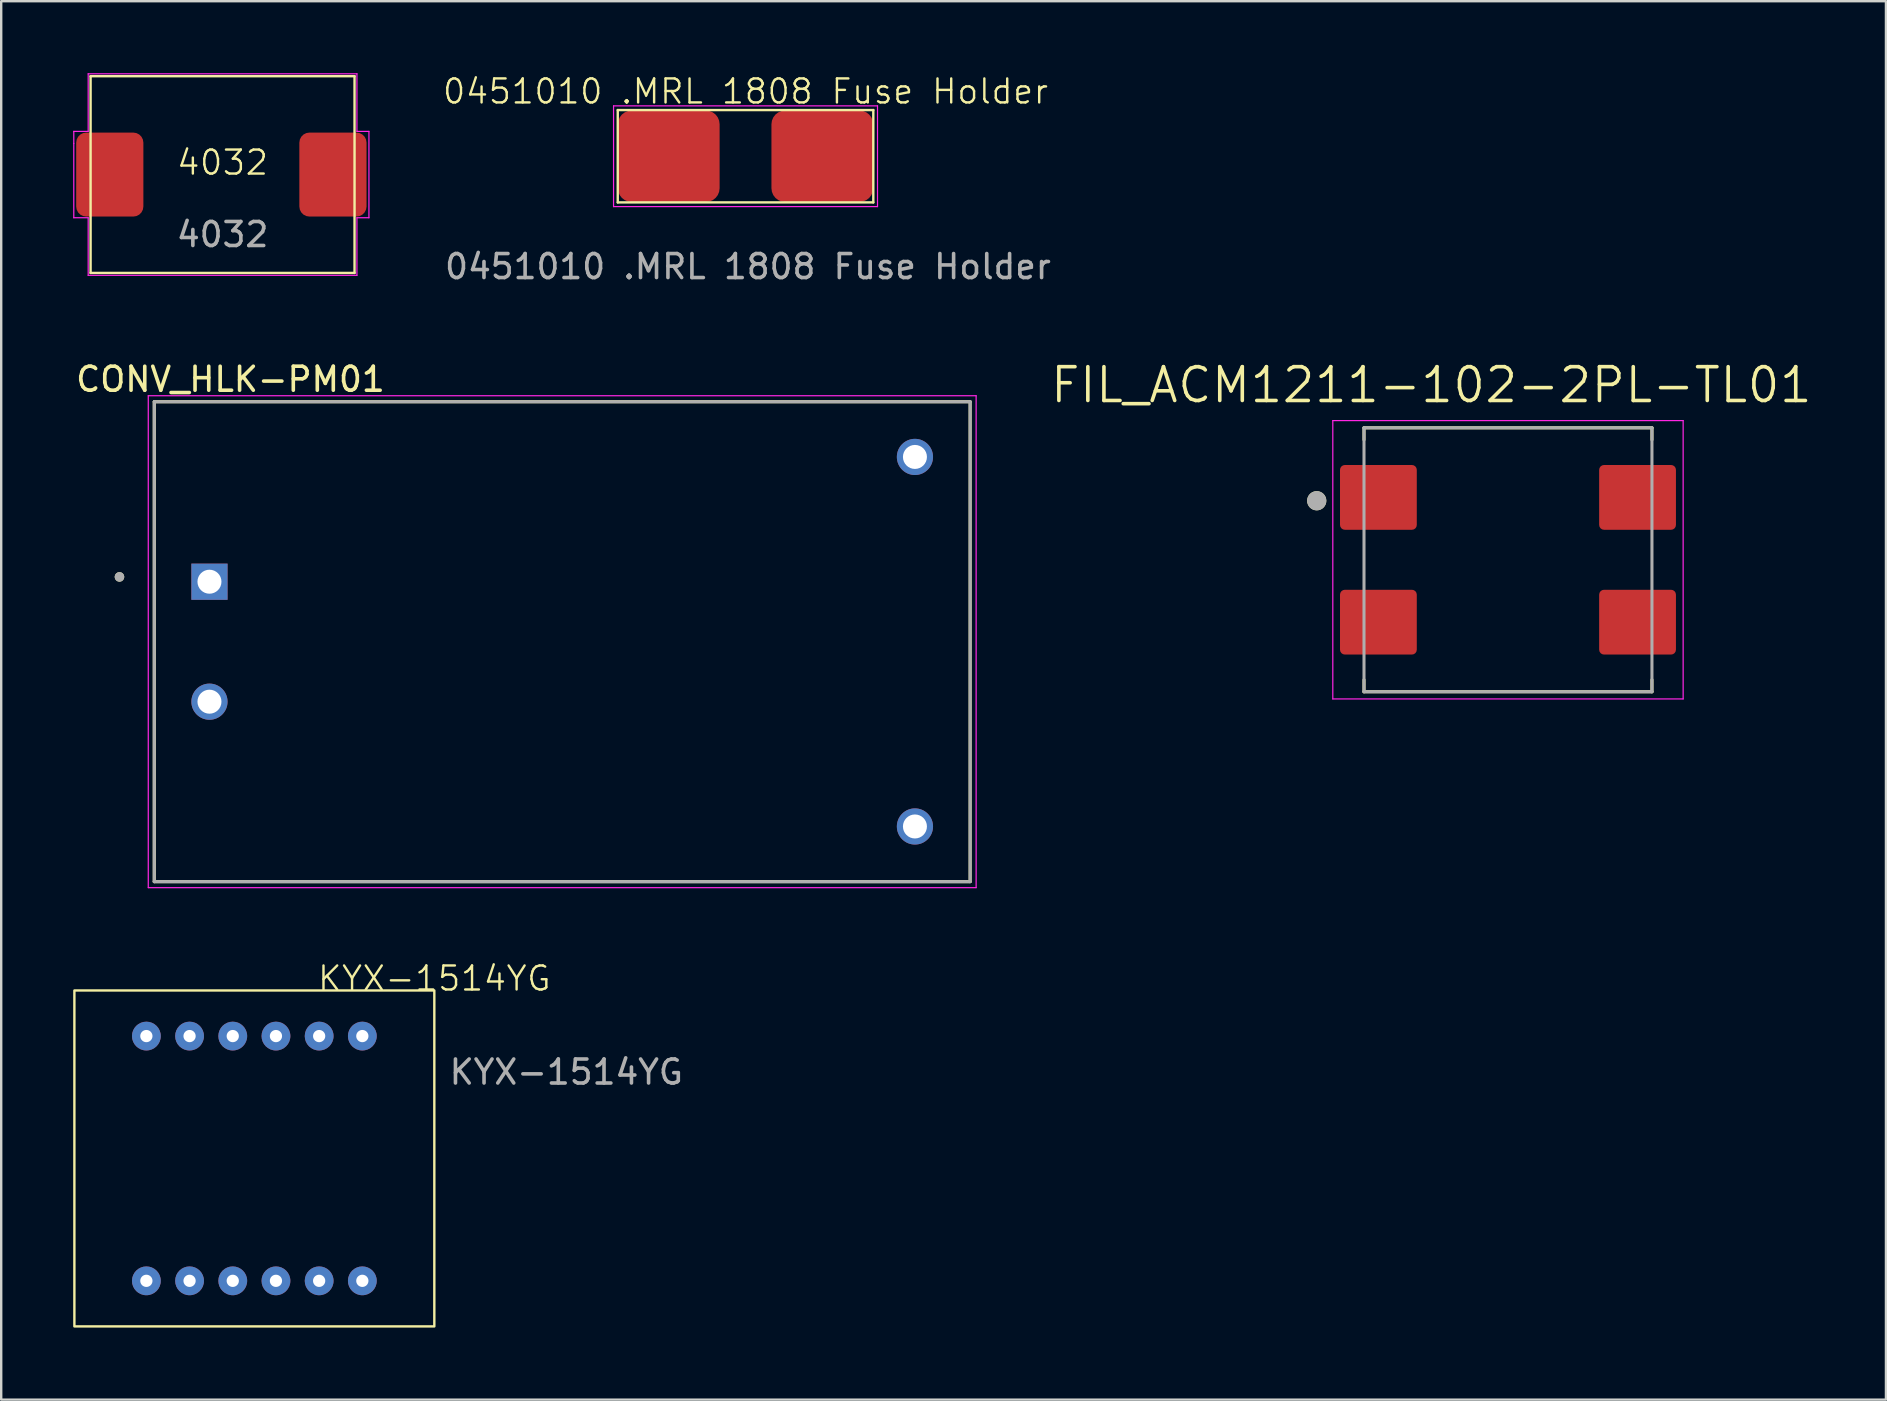
<source format=kicad_pcb>
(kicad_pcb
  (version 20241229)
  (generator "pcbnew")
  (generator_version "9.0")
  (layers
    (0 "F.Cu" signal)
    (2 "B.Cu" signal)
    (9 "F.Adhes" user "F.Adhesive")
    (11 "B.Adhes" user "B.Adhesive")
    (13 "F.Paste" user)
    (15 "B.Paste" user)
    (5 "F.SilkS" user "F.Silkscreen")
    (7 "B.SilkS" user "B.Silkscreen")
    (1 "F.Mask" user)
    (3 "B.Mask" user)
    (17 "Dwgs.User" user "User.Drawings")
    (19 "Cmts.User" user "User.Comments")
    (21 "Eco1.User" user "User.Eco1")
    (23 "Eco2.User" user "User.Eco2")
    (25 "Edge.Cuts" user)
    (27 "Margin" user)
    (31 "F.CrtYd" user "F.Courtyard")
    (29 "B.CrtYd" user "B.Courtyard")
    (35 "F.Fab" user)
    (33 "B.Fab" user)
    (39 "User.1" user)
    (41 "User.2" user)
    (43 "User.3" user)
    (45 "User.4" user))
  (footprint "FIL_ACM1211-102-2PL-TL01"
    (layer "F.Cu")
    (at 59.793 20.278)
    (property "Reference" "FIL_ACM1211-102-2PL-TL01" (at -3.194 -7.283 0) (layer "F.SilkS") (effects (font (size 1.408 1.408) (thickness 0.15))))
    (attr smd)
    (fp_line (start -6 -5.5) (end 6 -5.5) (stroke (width 0.127) (type solid)) (layer "F.SilkS"))
    (fp_line (start -6 -5) (end -6 -5.5) (stroke (width 0.127) (type solid)) (layer "F.SilkS"))
    (fp_line (start -6 5) (end -6 5.5) (stroke (width 0.127) (type solid)) (layer "F.SilkS"))
    (fp_line (start -6 5.5) (end 6 5.5) (stroke (width 0.127) (type solid)) (layer "F.SilkS"))
    (fp_line (start 6 -5.5) (end 6 -5) (stroke (width 0.127) (type solid)) (layer "F.SilkS"))
    (fp_line (start 6 5.5) (end 6 5) (stroke (width 0.127) (type solid)) (layer "F.SilkS"))
    (fp_circle (center -7.97 -2.46) (end -7.77 -2.46) (stroke (width 0.4) (type solid)) (fill no) (layer "F.SilkS"))
    (fp_line (start -7.3 -5.8) (end 7.3 -5.8) (stroke (width 0.05) (type solid)) (layer "F.CrtYd"))
    (fp_line (start -7.3 5.8) (end -7.3 -5.8) (stroke (width 0.05) (type solid)) (layer "F.CrtYd"))
    (fp_line (start 7.3 -5.8) (end 7.3 5.8) (stroke (width 0.05) (type solid)) (layer "F.CrtYd"))
    (fp_line (start 7.3 5.8) (end -7.3 5.8) (stroke (width 0.05) (type solid)) (layer "F.CrtYd"))
    (fp_line (start -6 -5.5) (end 6 -5.5) (stroke (width 0.127) (type solid)) (layer "F.Fab"))
    (fp_line (start -6 5.5) (end -6 -5.5) (stroke (width 0.127) (type solid)) (layer "F.Fab"))
    (fp_line (start 6 -5.5) (end 6 5.5) (stroke (width 0.127) (type solid)) (layer "F.Fab"))
    (fp_line (start 6 5.5) (end -6 5.5) (stroke (width 0.127) (type solid)) (layer "F.Fab"))
    (fp_circle (center -7.97 -2.46) (end -7.77 -2.46) (stroke (width 0.4) (type solid)) (fill no) (layer "F.Fab"))
    (pad "1" smd roundrect (at -5.4 -2.6) (size 3.2 2.7) (layers "F.Cu" "F.Mask" "F.Paste") (roundrect_rratio 0.075))
    (pad "2" smd roundrect (at -5.4 2.6) (size 3.2 2.7) (layers "F.Cu" "F.Mask" "F.Paste") (roundrect_rratio 0.075))
    (pad "3" smd roundrect (at 5.4 2.6) (size 3.2 2.7) (layers "F.Cu" "F.Mask" "F.Paste") (roundrect_rratio 0.075))
    (pad "4" smd roundrect (at 5.4 -2.6) (size 3.2 2.7) (layers "F.Cu" "F.Mask" "F.Paste") (roundrect_rratio 0.075)))
  (footprint "CONV_HLK-PM01"
    (layer "F.Cu")
    (at 20.379 23.692)
    (property "Reference" "CONV_HLK-PM01" (at -13.825 -10.935 0) (layer "F.SilkS") (effects (font (size 1 1) (thickness 0.15))))
    (attr through_hole)
    (fp_line (start -17 -10) (end -17 10) (stroke (width 0.127) (type solid)) (layer "F.SilkS"))
    (fp_line (start -17 10) (end 17 10) (stroke (width 0.127) (type solid)) (layer "F.SilkS"))
    (fp_line (start 17 -10) (end -17 -10) (stroke (width 0.127) (type solid)) (layer "F.SilkS"))
    (fp_line (start 17 10) (end 17 -10) (stroke (width 0.127) (type solid)) (layer "F.SilkS"))
    (fp_circle (center -18.45 -2.7) (end -18.35 -2.7) (stroke (width 0.2) (type solid)) (fill no) (layer "F.SilkS"))
    (fp_line (start -17.25 -10.25) (end -17.25 10.25) (stroke (width 0.05) (type solid)) (layer "F.CrtYd"))
    (fp_line (start -17.25 10.25) (end 17.25 10.25) (stroke (width 0.05) (type solid)) (layer "F.CrtYd"))
    (fp_line (start 17.25 -10.25) (end -17.25 -10.25) (stroke (width 0.05) (type solid)) (layer "F.CrtYd"))
    (fp_line (start 17.25 10.25) (end 17.25 -10.25) (stroke (width 0.05) (type solid)) (layer "F.CrtYd"))
    (fp_line (start -17 -10) (end -17 10) (stroke (width 0.127) (type solid)) (layer "F.Fab"))
    (fp_line (start -17 10) (end 17 10) (stroke (width 0.127) (type solid)) (layer "F.Fab"))
    (fp_line (start 17 -10) (end -17 -10) (stroke (width 0.127) (type solid)) (layer "F.Fab"))
    (fp_line (start 17 10) (end 17 -10) (stroke (width 0.127) (type solid)) (layer "F.Fab"))
    (fp_circle (center -18.45 -2.7) (end -18.35 -2.7) (stroke (width 0.2) (type solid)) (fill no) (layer "F.Fab"))
    (pad "1" thru_hole rect (at -14.7 -2.5) (size 1.508 1.508) (drill 1) (layers "*.Cu" "*.Mask"))
    (pad "2" thru_hole circle (at -14.7 2.5) (size 1.508 1.508) (drill 1) (layers "*.Cu" "*.Mask"))
    (pad "3" thru_hole circle (at 14.7 -7.7) (size 1.508 1.508) (drill 1) (layers "*.Cu" "*.Mask"))
    (pad "4" thru_hole circle (at 14.7 7.7) (size 1.508 1.508) (drill 1) (layers "*.Cu" "*.Mask")))
  (footprint "4032"
    (layer "F.Cu")
    (at 6.225 4.225)
    (property "Reference" "4032" (at 0 -0.5 0) (unlocked yes) (layer "F.SilkS") (effects (font (size 1 1) (thickness 0.1))))
    (attr smd)
    (fp_line (start -5.5 -4.1) (end 5.5 -4.1) (stroke (width 0.1) (type default)) (layer "F.SilkS"))
    (fp_line (start -5.5 4.1) (end -5.5 -4.1) (stroke (width 0.1) (type default)) (layer "F.SilkS"))
    (fp_line (start 5.5 -4.1) (end 5.5 4.1) (stroke (width 0.1) (type default)) (layer "F.SilkS"))
    (fp_line (start 5.5 4.1) (end -5.5 4.1) (stroke (width 0.1) (type default)) (layer "F.SilkS"))
    (fp_line (start -6.2 -1.8) (end -6.2 -1.3) (stroke (width 0.05) (type default)) (layer "F.CrtYd"))
    (fp_line (start -6.2 -1.3) (end -6.2 1.8) (stroke (width 0.05) (type default)) (layer "F.CrtYd"))
    (fp_line (start -6.2 1.8) (end -5.6 1.8) (stroke (width 0.05) (type default)) (layer "F.CrtYd"))
    (fp_line (start -5.6 -4.2) (end -5.6 -1.8) (stroke (width 0.05) (type default)) (layer "F.CrtYd"))
    (fp_line (start -5.6 -4.2) (end 5.6 -4.2) (stroke (width 0.05) (type default)) (layer "F.CrtYd"))
    (fp_line (start -5.6 -1.8) (end -6.2 -1.8) (stroke (width 0.05) (type default)) (layer "F.CrtYd"))
    (fp_line (start -5.6 1.8) (end -5.6 4.2) (stroke (width 0.05) (type default)) (layer "F.CrtYd"))
    (fp_line (start -5.6 4.2) (end 5.6 4.2) (stroke (width 0.05) (type default)) (layer "F.CrtYd"))
    (fp_line (start 5.6 -1.8) (end 5.6 -4.2) (stroke (width 0.05) (type default)) (layer "F.CrtYd"))
    (fp_line (start 5.6 1.8) (end 6.1 1.8) (stroke (width 0.05) (type default)) (layer "F.CrtYd"))
    (fp_line (start 5.6 4.2) (end 5.6 1.8) (stroke (width 0.05) (type default)) (layer "F.CrtYd"))
    (fp_line (start 6.1 -1.8) (end 5.6 -1.8) (stroke (width 0.05) (type default)) (layer "F.CrtYd"))
    (fp_line (start 6.1 1.8) (end 6.1 -1.8) (stroke (width 0.05) (type default)) (layer "F.CrtYd"))
    (fp_text user "${REFERENCE}" (at 0 2.5 0) (unlocked yes) (layer "F.Fab") (effects (font (size 1 1) (thickness 0.15))))
    (pad "1" smd roundrect (at 4.6 0 90) (size 3.5 2.8) (layers "F.Cu" "F.Mask" "F.Paste") (roundrect_rratio 0.15))
    (pad "2" smd roundrect (at -4.7 0 90) (size 3.5 2.8) (layers "F.Cu" "F.Mask" "F.Paste") (roundrect_rratio 0.15)))
  (footprint "0451010 .MRL 1808 Fuse Holder"
    (layer "F.Cu")
    (at 28.019 3.461)
    (property "Reference" "0451010 .MRL 1808 Fuse Holder" (at 0 -2.7 0) (unlocked yes) (layer "F.SilkS") (effects (font (size 1 1) (thickness 0.1))))
    (attr smd)
    (fp_line (start -5.325 -1.925) (end 5.325 -1.925) (stroke (width 0.1) (type default)) (layer "F.SilkS"))
    (fp_line (start -5.325 1.925) (end -5.325 -1.925) (stroke (width 0.1) (type default)) (layer "F.SilkS"))
    (fp_line (start -5.325 1.925) (end 5.325 1.925) (stroke (width 0.1) (type default)) (layer "F.SilkS"))
    (fp_line (start 5.325 -1.925) (end 5.325 1.925) (stroke (width 0.1) (type default)) (layer "F.SilkS"))
    (fp_line (start -5.5 -2.1) (end -5.5 2.1) (stroke (width 0.05) (type default)) (layer "F.CrtYd"))
    (fp_line (start -5.5 2.1) (end 5.5 2.1) (stroke (width 0.05) (type default)) (layer "F.CrtYd"))
    (fp_line (start 5.5 -2.1) (end -5.5 -2.1) (stroke (width 0.05) (type default)) (layer "F.CrtYd"))
    (fp_line (start 5.5 2.1) (end 5.5 -2.1) (stroke (width 0.05) (type default)) (layer "F.CrtYd"))
    (fp_text user "${REFERENCE}" (at 0.1 4.6 0) (unlocked yes) (layer "F.Fab") (effects (font (size 1 1) (thickness 0.15))))
    (pad "1" smd roundrect (at -3.2 0) (size 4.24 3.81) (layers "F.Cu" "F.Mask" "F.Paste") (roundrect_rratio 0.15))
    (pad "2" smd roundrect (at 3.2 0) (size 4.24 3.81) (layers "F.Cu" "F.Mask" "F.Paste") (roundrect_rratio 0.15)))
  (footprint "KYX-1514YG"
    (layer "F.Cu")
    (at 15.05 38.227)
    (property "Reference" "KYX-1514YG" (at 0 -0.5 0) (unlocked yes) (layer "F.SilkS") (effects (font (size 1 1) (thickness 0.1))))
    (attr smd)
    (fp_rect (start -15 0) (end 0 14) (stroke (width 0.1) (type default)) (fill no) (layer "F.SilkS"))
    (fp_text user "${REFERENCE}" (at 5.5 3.4 0) (unlocked yes) (layer "F.Fab") (effects (font (size 1 1) (thickness 0.15))))
    (pad "1" thru_hole circle (at -12 12.1) (size 1.2 1.2) (drill 0.51) (layers "*.Cu" "*.Mask"))
    (pad "2" thru_hole circle (at -10.2 12.1) (size 1.2 1.2) (drill 0.51) (layers "*.Cu" "*.Mask"))
    (pad "3" thru_hole circle (at -8.4 12.1) (size 1.2 1.2) (drill 0.51) (layers "*.Cu" "*.Mask"))
    (pad "4" thru_hole circle (at -6.6 12.1) (size 1.2 1.2) (drill 0.51) (layers "*.Cu" "*.Mask"))
    (pad "5" thru_hole circle (at -4.8 12.1) (size 1.2 1.2) (drill 0.51) (layers "*.Cu" "*.Mask"))
    (pad "6" thru_hole circle (at -3 12.1) (size 1.2 1.2) (drill 0.51) (layers "*.Cu" "*.Mask"))
    (pad "7" thru_hole circle (at -3 1.9) (size 1.2 1.2) (drill 0.51) (layers "*.Cu" "*.Mask"))
    (pad "8" thru_hole circle (at -4.8 1.9) (size 1.2 1.2) (drill 0.51) (layers "*.Cu" "*.Mask"))
    (pad "9" thru_hole circle (at -6.6 1.9) (size 1.2 1.2) (drill 0.51) (layers "*.Cu" "*.Mask"))
    (pad "10" thru_hole circle (at -8.4 1.9) (size 1.2 1.2) (drill 0.51) (layers "*.Cu" "*.Mask"))
    (pad "11" thru_hole circle (at -10.2 1.9) (size 1.2 1.2) (drill 0.51) (layers "*.Cu" "*.Mask"))
    (pad "12" thru_hole circle (at -12 1.9) (size 1.2 1.2) (drill 0.51) (layers "*.Cu" "*.Mask")))
  (gr_rect
    (start -3 -3)
    (end 75.545 55.278)
    (stroke (width 0.1) (type default))
    (fill no)
    (layer "Edge.Cuts")))
</source>
